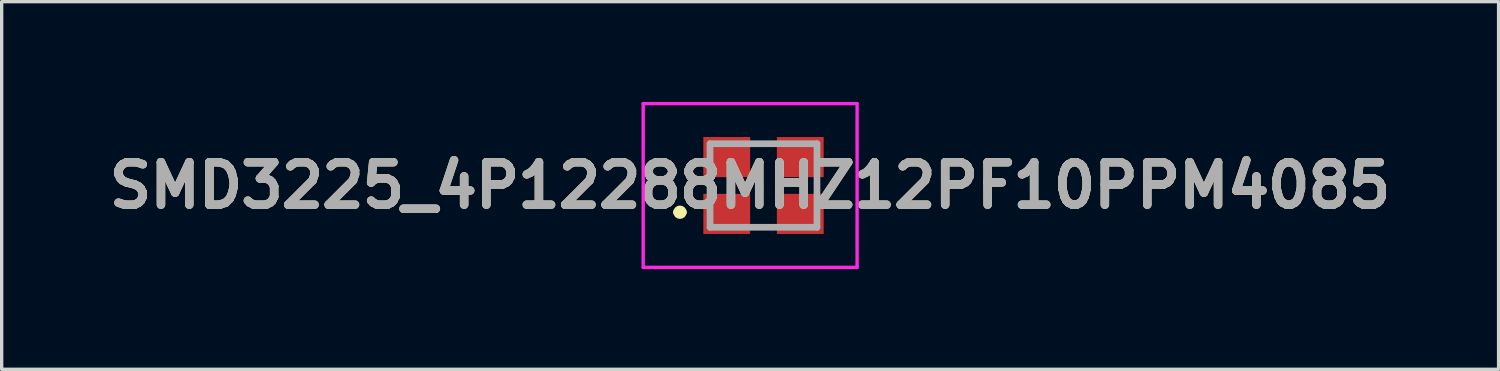
<source format=kicad_pcb>
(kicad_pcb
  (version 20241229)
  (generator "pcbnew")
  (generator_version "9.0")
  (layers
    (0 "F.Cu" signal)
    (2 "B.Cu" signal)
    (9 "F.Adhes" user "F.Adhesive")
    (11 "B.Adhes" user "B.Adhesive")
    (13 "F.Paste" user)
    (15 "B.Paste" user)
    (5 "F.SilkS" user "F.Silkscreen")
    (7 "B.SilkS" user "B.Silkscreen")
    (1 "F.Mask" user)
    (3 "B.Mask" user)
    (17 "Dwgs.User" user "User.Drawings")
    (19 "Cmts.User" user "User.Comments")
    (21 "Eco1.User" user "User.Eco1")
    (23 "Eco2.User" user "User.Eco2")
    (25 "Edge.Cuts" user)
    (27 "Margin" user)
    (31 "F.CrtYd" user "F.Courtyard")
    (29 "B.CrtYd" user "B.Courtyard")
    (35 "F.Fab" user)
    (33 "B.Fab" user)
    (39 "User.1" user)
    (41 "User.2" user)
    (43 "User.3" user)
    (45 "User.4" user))
  (footprint "SMD3225_4P12288MHZ12PF10PPM4085"
    (layer "F.Cu")
    (at 19.795 2.5)
    (property "Reference" "SMD3225_4P12288MHZ12PF10PPM4085" (at -0.4 0 0) (layer "F.SilkS") (effects (font (size 1.27 1.27) (thickness 0.254))))
    (attr smd)
    (fp_line (start -2.6 0.8) (end -2.6 0.8) (stroke (width 0.2) (type solid)) (layer "F.SilkS"))
    (fp_line (start -2.4 0.8) (end -2.4 0.8) (stroke (width 0.2) (type solid)) (layer "F.SilkS"))
    (fp_arc (start -2.6 0.8) (mid -2.5 0.7) (end -2.4 0.8) (stroke (width 0.2) (type solid)) (layer "F.SilkS"))
    (fp_arc (start -2.4 0.8) (mid -2.5 0.9) (end -2.6 0.8) (stroke (width 0.2) (type solid)) (layer "F.SilkS"))
    (fp_line (start -3.6 -2.45) (end 2.8 -2.45) (stroke (width 0.1) (type solid)) (layer "F.CrtYd"))
    (fp_line (start -3.6 2.45) (end -3.6 -2.45) (stroke (width 0.1) (type solid)) (layer "F.CrtYd"))
    (fp_line (start 2.8 -2.45) (end 2.8 2.45) (stroke (width 0.1) (type solid)) (layer "F.CrtYd"))
    (fp_line (start 2.8 2.45) (end -3.6 2.45) (stroke (width 0.1) (type solid)) (layer "F.CrtYd"))
    (fp_line (start -1.6 -1.25) (end 1.6 -1.25) (stroke (width 0.2) (type solid)) (layer "F.Fab"))
    (fp_line (start -1.6 1.25) (end -1.6 -1.25) (stroke (width 0.2) (type solid)) (layer "F.Fab"))
    (fp_line (start 1.6 -1.25) (end 1.6 1.25) (stroke (width 0.2) (type solid)) (layer "F.Fab"))
    (fp_line (start 1.6 1.25) (end -1.6 1.25) (stroke (width 0.2) (type solid)) (layer "F.Fab"))
    (fp_text user "${REFERENCE}" (at -0.4 0 0) (layer "F.Fab") (effects (font (size 1.27 1.27) (thickness 0.254))))
    (pad "1" smd rect (at -1.1 0.85 90) (size 1.2 1.4) (layers "F.Cu" "F.Mask" "F.Paste"))
    (pad "2" smd rect (at 1.1 0.85 90) (size 1.2 1.4) (layers "F.Cu" "F.Mask" "F.Paste"))
    (pad "3" smd rect (at 1.1 -0.85 90) (size 1.2 1.4) (layers "F.Cu" "F.Mask" "F.Paste"))
    (pad "4" smd rect (at -1.1 -0.85 90) (size 1.2 1.4) (layers "F.Cu" "F.Mask" "F.Paste")))
  (gr_rect
    (start -3 -3)
    (end 41.789 8)
    (stroke (width 0.1) (type default))
    (fill no)
    (layer "Edge.Cuts")))
</source>
